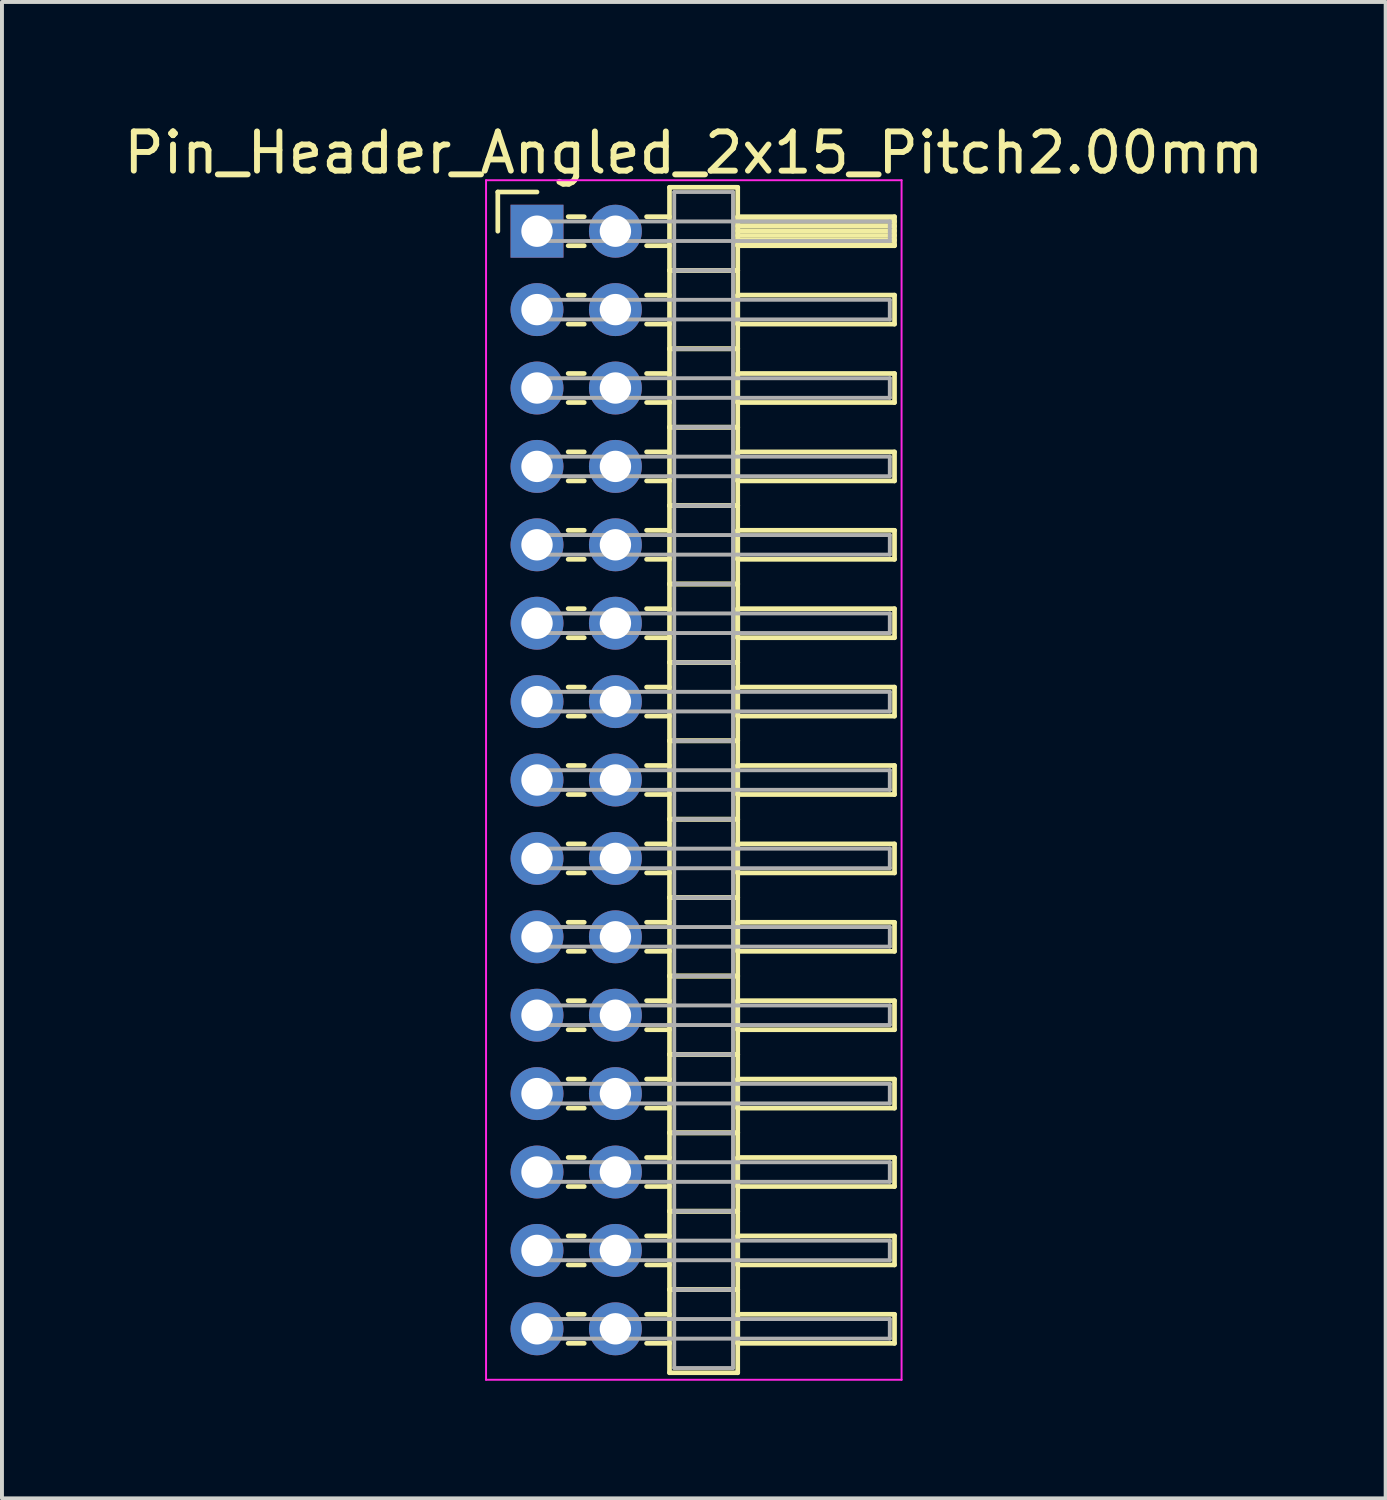
<source format=kicad_pcb>
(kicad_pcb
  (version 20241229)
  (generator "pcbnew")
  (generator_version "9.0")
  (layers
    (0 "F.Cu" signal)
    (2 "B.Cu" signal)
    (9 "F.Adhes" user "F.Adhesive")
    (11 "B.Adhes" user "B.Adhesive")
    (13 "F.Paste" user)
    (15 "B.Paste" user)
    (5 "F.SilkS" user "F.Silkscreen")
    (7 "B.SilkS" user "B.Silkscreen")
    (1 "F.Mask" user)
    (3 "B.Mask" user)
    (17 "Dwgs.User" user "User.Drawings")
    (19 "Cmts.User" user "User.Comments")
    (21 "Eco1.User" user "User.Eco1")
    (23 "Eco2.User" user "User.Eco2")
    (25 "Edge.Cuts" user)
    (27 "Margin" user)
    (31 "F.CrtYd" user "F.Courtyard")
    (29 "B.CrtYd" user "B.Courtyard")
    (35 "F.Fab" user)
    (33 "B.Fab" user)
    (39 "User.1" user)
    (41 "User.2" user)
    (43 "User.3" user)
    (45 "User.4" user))
  (footprint "Pin_Header_Angled_2x15_Pitch2.00mm"
    (layer "F.Cu")
    (at 10.649 2.848)
    (property "Reference" "Pin_Header_Angled_2x15_Pitch2.00mm" (at 4 -2 0) (layer "F.SilkS") (effects (font (size 1 1) (thickness 0.15))))
    (attr through_hole)
    (fp_line (start -1 -1) (end 0 -1) (stroke (width 0.12) (type solid)) (layer "F.SilkS"))
    (fp_line (start -1 0) (end -1 -1) (stroke (width 0.12) (type solid)) (layer "F.SilkS"))
    (fp_line (start 0.795 -0.37) (end 1.205 -0.37) (stroke (width 0.12) (type solid)) (layer "F.SilkS"))
    (fp_line (start 0.795 0.37) (end 1.205 0.37) (stroke (width 0.12) (type solid)) (layer "F.SilkS"))
    (fp_line (start 0.795 1.63) (end 1.205 1.63) (stroke (width 0.12) (type solid)) (layer "F.SilkS"))
    (fp_line (start 0.795 2.37) (end 1.205 2.37) (stroke (width 0.12) (type solid)) (layer "F.SilkS"))
    (fp_line (start 0.795 3.63) (end 1.205 3.63) (stroke (width 0.12) (type solid)) (layer "F.SilkS"))
    (fp_line (start 0.795 4.37) (end 1.205 4.37) (stroke (width 0.12) (type solid)) (layer "F.SilkS"))
    (fp_line (start 0.795 5.63) (end 1.205 5.63) (stroke (width 0.12) (type solid)) (layer "F.SilkS"))
    (fp_line (start 0.795 6.37) (end 1.205 6.37) (stroke (width 0.12) (type solid)) (layer "F.SilkS"))
    (fp_line (start 0.795 7.63) (end 1.205 7.63) (stroke (width 0.12) (type solid)) (layer "F.SilkS"))
    (fp_line (start 0.795 8.37) (end 1.205 8.37) (stroke (width 0.12) (type solid)) (layer "F.SilkS"))
    (fp_line (start 0.795 9.63) (end 1.205 9.63) (stroke (width 0.12) (type solid)) (layer "F.SilkS"))
    (fp_line (start 0.795 10.37) (end 1.205 10.37) (stroke (width 0.12) (type solid)) (layer "F.SilkS"))
    (fp_line (start 0.795 11.63) (end 1.205 11.63) (stroke (width 0.12) (type solid)) (layer "F.SilkS"))
    (fp_line (start 0.795 12.37) (end 1.205 12.37) (stroke (width 0.12) (type solid)) (layer "F.SilkS"))
    (fp_line (start 0.795 13.63) (end 1.205 13.63) (stroke (width 0.12) (type solid)) (layer "F.SilkS"))
    (fp_line (start 0.795 14.37) (end 1.205 14.37) (stroke (width 0.12) (type solid)) (layer "F.SilkS"))
    (fp_line (start 0.795 15.63) (end 1.205 15.63) (stroke (width 0.12) (type solid)) (layer "F.SilkS"))
    (fp_line (start 0.795 16.37) (end 1.205 16.37) (stroke (width 0.12) (type solid)) (layer "F.SilkS"))
    (fp_line (start 0.795 17.63) (end 1.205 17.63) (stroke (width 0.12) (type solid)) (layer "F.SilkS"))
    (fp_line (start 0.795 18.37) (end 1.205 18.37) (stroke (width 0.12) (type solid)) (layer "F.SilkS"))
    (fp_line (start 0.795 19.63) (end 1.205 19.63) (stroke (width 0.12) (type solid)) (layer "F.SilkS"))
    (fp_line (start 0.795 20.37) (end 1.205 20.37) (stroke (width 0.12) (type solid)) (layer "F.SilkS"))
    (fp_line (start 0.795 21.63) (end 1.205 21.63) (stroke (width 0.12) (type solid)) (layer "F.SilkS"))
    (fp_line (start 0.795 22.37) (end 1.205 22.37) (stroke (width 0.12) (type solid)) (layer "F.SilkS"))
    (fp_line (start 0.795 23.63) (end 1.205 23.63) (stroke (width 0.12) (type solid)) (layer "F.SilkS"))
    (fp_line (start 0.795 24.37) (end 1.205 24.37) (stroke (width 0.12) (type solid)) (layer "F.SilkS"))
    (fp_line (start 0.795 25.63) (end 1.205 25.63) (stroke (width 0.12) (type solid)) (layer "F.SilkS"))
    (fp_line (start 0.795 26.37) (end 1.205 26.37) (stroke (width 0.12) (type solid)) (layer "F.SilkS"))
    (fp_line (start 0.795 27.63) (end 1.205 27.63) (stroke (width 0.12) (type solid)) (layer "F.SilkS"))
    (fp_line (start 0.795 28.37) (end 1.205 28.37) (stroke (width 0.12) (type solid)) (layer "F.SilkS"))
    (fp_line (start 2.795 -0.37) (end 3.38 -0.37) (stroke (width 0.12) (type solid)) (layer "F.SilkS"))
    (fp_line (start 2.795 0.37) (end 3.38 0.37) (stroke (width 0.12) (type solid)) (layer "F.SilkS"))
    (fp_line (start 2.795 1.63) (end 3.38 1.63) (stroke (width 0.12) (type solid)) (layer "F.SilkS"))
    (fp_line (start 2.795 2.37) (end 3.38 2.37) (stroke (width 0.12) (type solid)) (layer "F.SilkS"))
    (fp_line (start 2.795 3.63) (end 3.38 3.63) (stroke (width 0.12) (type solid)) (layer "F.SilkS"))
    (fp_line (start 2.795 4.37) (end 3.38 4.37) (stroke (width 0.12) (type solid)) (layer "F.SilkS"))
    (fp_line (start 2.795 5.63) (end 3.38 5.63) (stroke (width 0.12) (type solid)) (layer "F.SilkS"))
    (fp_line (start 2.795 6.37) (end 3.38 6.37) (stroke (width 0.12) (type solid)) (layer "F.SilkS"))
    (fp_line (start 2.795 7.63) (end 3.38 7.63) (stroke (width 0.12) (type solid)) (layer "F.SilkS"))
    (fp_line (start 2.795 8.37) (end 3.38 8.37) (stroke (width 0.12) (type solid)) (layer "F.SilkS"))
    (fp_line (start 2.795 9.63) (end 3.38 9.63) (stroke (width 0.12) (type solid)) (layer "F.SilkS"))
    (fp_line (start 2.795 10.37) (end 3.38 10.37) (stroke (width 0.12) (type solid)) (layer "F.SilkS"))
    (fp_line (start 2.795 11.63) (end 3.38 11.63) (stroke (width 0.12) (type solid)) (layer "F.SilkS"))
    (fp_line (start 2.795 12.37) (end 3.38 12.37) (stroke (width 0.12) (type solid)) (layer "F.SilkS"))
    (fp_line (start 2.795 13.63) (end 3.38 13.63) (stroke (width 0.12) (type solid)) (layer "F.SilkS"))
    (fp_line (start 2.795 14.37) (end 3.38 14.37) (stroke (width 0.12) (type solid)) (layer "F.SilkS"))
    (fp_line (start 2.795 15.63) (end 3.38 15.63) (stroke (width 0.12) (type solid)) (layer "F.SilkS"))
    (fp_line (start 2.795 16.37) (end 3.38 16.37) (stroke (width 0.12) (type solid)) (layer "F.SilkS"))
    (fp_line (start 2.795 17.63) (end 3.38 17.63) (stroke (width 0.12) (type solid)) (layer "F.SilkS"))
    (fp_line (start 2.795 18.37) (end 3.38 18.37) (stroke (width 0.12) (type solid)) (layer "F.SilkS"))
    (fp_line (start 2.795 19.63) (end 3.38 19.63) (stroke (width 0.12) (type solid)) (layer "F.SilkS"))
    (fp_line (start 2.795 20.37) (end 3.38 20.37) (stroke (width 0.12) (type solid)) (layer "F.SilkS"))
    (fp_line (start 2.795 21.63) (end 3.38 21.63) (stroke (width 0.12) (type solid)) (layer "F.SilkS"))
    (fp_line (start 2.795 22.37) (end 3.38 22.37) (stroke (width 0.12) (type solid)) (layer "F.SilkS"))
    (fp_line (start 2.795 23.63) (end 3.38 23.63) (stroke (width 0.12) (type solid)) (layer "F.SilkS"))
    (fp_line (start 2.795 24.37) (end 3.38 24.37) (stroke (width 0.12) (type solid)) (layer "F.SilkS"))
    (fp_line (start 2.795 25.63) (end 3.38 25.63) (stroke (width 0.12) (type solid)) (layer "F.SilkS"))
    (fp_line (start 2.795 26.37) (end 3.38 26.37) (stroke (width 0.12) (type solid)) (layer "F.SilkS"))
    (fp_line (start 2.795 27.63) (end 3.38 27.63) (stroke (width 0.12) (type solid)) (layer "F.SilkS"))
    (fp_line (start 2.795 28.37) (end 3.38 28.37) (stroke (width 0.12) (type solid)) (layer "F.SilkS"))
    (fp_line (start 3.38 -1.12) (end 3.38 1) (stroke (width 0.12) (type solid)) (layer "F.SilkS"))
    (fp_line (start 3.38 1) (end 3.38 3) (stroke (width 0.12) (type solid)) (layer "F.SilkS"))
    (fp_line (start 3.38 1) (end 5.12 1) (stroke (width 0.12) (type solid)) (layer "F.SilkS"))
    (fp_line (start 3.38 3) (end 3.38 5) (stroke (width 0.12) (type solid)) (layer "F.SilkS"))
    (fp_line (start 3.38 3) (end 5.12 3) (stroke (width 0.12) (type solid)) (layer "F.SilkS"))
    (fp_line (start 3.38 5) (end 3.38 7) (stroke (width 0.12) (type solid)) (layer "F.SilkS"))
    (fp_line (start 3.38 5) (end 5.12 5) (stroke (width 0.12) (type solid)) (layer "F.SilkS"))
    (fp_line (start 3.38 7) (end 3.38 9) (stroke (width 0.12) (type solid)) (layer "F.SilkS"))
    (fp_line (start 3.38 7) (end 5.12 7) (stroke (width 0.12) (type solid)) (layer "F.SilkS"))
    (fp_line (start 3.38 9) (end 3.38 11) (stroke (width 0.12) (type solid)) (layer "F.SilkS"))
    (fp_line (start 3.38 9) (end 5.12 9) (stroke (width 0.12) (type solid)) (layer "F.SilkS"))
    (fp_line (start 3.38 11) (end 3.38 13) (stroke (width 0.12) (type solid)) (layer "F.SilkS"))
    (fp_line (start 3.38 11) (end 5.12 11) (stroke (width 0.12) (type solid)) (layer "F.SilkS"))
    (fp_line (start 3.38 13) (end 3.38 15) (stroke (width 0.12) (type solid)) (layer "F.SilkS"))
    (fp_line (start 3.38 13) (end 5.12 13) (stroke (width 0.12) (type solid)) (layer "F.SilkS"))
    (fp_line (start 3.38 15) (end 3.38 17) (stroke (width 0.12) (type solid)) (layer "F.SilkS"))
    (fp_line (start 3.38 15) (end 5.12 15) (stroke (width 0.12) (type solid)) (layer "F.SilkS"))
    (fp_line (start 3.38 17) (end 3.38 19) (stroke (width 0.12) (type solid)) (layer "F.SilkS"))
    (fp_line (start 3.38 17) (end 5.12 17) (stroke (width 0.12) (type solid)) (layer "F.SilkS"))
    (fp_line (start 3.38 19) (end 3.38 21) (stroke (width 0.12) (type solid)) (layer "F.SilkS"))
    (fp_line (start 3.38 19) (end 5.12 19) (stroke (width 0.12) (type solid)) (layer "F.SilkS"))
    (fp_line (start 3.38 21) (end 3.38 23) (stroke (width 0.12) (type solid)) (layer "F.SilkS"))
    (fp_line (start 3.38 21) (end 5.12 21) (stroke (width 0.12) (type solid)) (layer "F.SilkS"))
    (fp_line (start 3.38 23) (end 3.38 25) (stroke (width 0.12) (type solid)) (layer "F.SilkS"))
    (fp_line (start 3.38 23) (end 5.12 23) (stroke (width 0.12) (type solid)) (layer "F.SilkS"))
    (fp_line (start 3.38 25) (end 3.38 27) (stroke (width 0.12) (type solid)) (layer "F.SilkS"))
    (fp_line (start 3.38 25) (end 5.12 25) (stroke (width 0.12) (type solid)) (layer "F.SilkS"))
    (fp_line (start 3.38 27) (end 3.38 29.12) (stroke (width 0.12) (type solid)) (layer "F.SilkS"))
    (fp_line (start 3.38 27) (end 5.12 27) (stroke (width 0.12) (type solid)) (layer "F.SilkS"))
    (fp_line (start 3.38 29.12) (end 5.12 29.12) (stroke (width 0.12) (type solid)) (layer "F.SilkS"))
    (fp_line (start 5.12 -1.12) (end 3.38 -1.12) (stroke (width 0.12) (type solid)) (layer "F.SilkS"))
    (fp_line (start 5.12 -0.37) (end 5.12 0.37) (stroke (width 0.12) (type solid)) (layer "F.SilkS"))
    (fp_line (start 5.12 -0.25) (end 9.12 -0.25) (stroke (width 0.12) (type solid)) (layer "F.SilkS"))
    (fp_line (start 5.12 -0.13) (end 9.12 -0.13) (stroke (width 0.12) (type solid)) (layer "F.SilkS"))
    (fp_line (start 5.12 -0.01) (end 9.12 -0.01) (stroke (width 0.12) (type solid)) (layer "F.SilkS"))
    (fp_line (start 5.12 0.11) (end 9.12 0.11) (stroke (width 0.12) (type solid)) (layer "F.SilkS"))
    (fp_line (start 5.12 0.23) (end 9.12 0.23) (stroke (width 0.12) (type solid)) (layer "F.SilkS"))
    (fp_line (start 5.12 0.35) (end 9.12 0.35) (stroke (width 0.12) (type solid)) (layer "F.SilkS"))
    (fp_line (start 5.12 0.37) (end 9.12 0.37) (stroke (width 0.12) (type solid)) (layer "F.SilkS"))
    (fp_line (start 5.12 1) (end 3.38 1) (stroke (width 0.12) (type solid)) (layer "F.SilkS"))
    (fp_line (start 5.12 1) (end 5.12 -1.12) (stroke (width 0.12) (type solid)) (layer "F.SilkS"))
    (fp_line (start 5.12 1.63) (end 5.12 2.37) (stroke (width 0.12) (type solid)) (layer "F.SilkS"))
    (fp_line (start 5.12 2.37) (end 9.12 2.37) (stroke (width 0.12) (type solid)) (layer "F.SilkS"))
    (fp_line (start 5.12 3) (end 3.38 3) (stroke (width 0.12) (type solid)) (layer "F.SilkS"))
    (fp_line (start 5.12 3) (end 5.12 1) (stroke (width 0.12) (type solid)) (layer "F.SilkS"))
    (fp_line (start 5.12 3.63) (end 5.12 4.37) (stroke (width 0.12) (type solid)) (layer "F.SilkS"))
    (fp_line (start 5.12 4.37) (end 9.12 4.37) (stroke (width 0.12) (type solid)) (layer "F.SilkS"))
    (fp_line (start 5.12 5) (end 3.38 5) (stroke (width 0.12) (type solid)) (layer "F.SilkS"))
    (fp_line (start 5.12 5) (end 5.12 3) (stroke (width 0.12) (type solid)) (layer "F.SilkS"))
    (fp_line (start 5.12 5.63) (end 5.12 6.37) (stroke (width 0.12) (type solid)) (layer "F.SilkS"))
    (fp_line (start 5.12 6.37) (end 9.12 6.37) (stroke (width 0.12) (type solid)) (layer "F.SilkS"))
    (fp_line (start 5.12 7) (end 3.38 7) (stroke (width 0.12) (type solid)) (layer "F.SilkS"))
    (fp_line (start 5.12 7) (end 5.12 5) (stroke (width 0.12) (type solid)) (layer "F.SilkS"))
    (fp_line (start 5.12 7.63) (end 5.12 8.37) (stroke (width 0.12) (type solid)) (layer "F.SilkS"))
    (fp_line (start 5.12 8.37) (end 9.12 8.37) (stroke (width 0.12) (type solid)) (layer "F.SilkS"))
    (fp_line (start 5.12 9) (end 3.38 9) (stroke (width 0.12) (type solid)) (layer "F.SilkS"))
    (fp_line (start 5.12 9) (end 5.12 7) (stroke (width 0.12) (type solid)) (layer "F.SilkS"))
    (fp_line (start 5.12 9.63) (end 5.12 10.37) (stroke (width 0.12) (type solid)) (layer "F.SilkS"))
    (fp_line (start 5.12 10.37) (end 9.12 10.37) (stroke (width 0.12) (type solid)) (layer "F.SilkS"))
    (fp_line (start 5.12 11) (end 3.38 11) (stroke (width 0.12) (type solid)) (layer "F.SilkS"))
    (fp_line (start 5.12 11) (end 5.12 9) (stroke (width 0.12) (type solid)) (layer "F.SilkS"))
    (fp_line (start 5.12 11.63) (end 5.12 12.37) (stroke (width 0.12) (type solid)) (layer "F.SilkS"))
    (fp_line (start 5.12 12.37) (end 9.12 12.37) (stroke (width 0.12) (type solid)) (layer "F.SilkS"))
    (fp_line (start 5.12 13) (end 3.38 13) (stroke (width 0.12) (type solid)) (layer "F.SilkS"))
    (fp_line (start 5.12 13) (end 5.12 11) (stroke (width 0.12) (type solid)) (layer "F.SilkS"))
    (fp_line (start 5.12 13.63) (end 5.12 14.37) (stroke (width 0.12) (type solid)) (layer "F.SilkS"))
    (fp_line (start 5.12 14.37) (end 9.12 14.37) (stroke (width 0.12) (type solid)) (layer "F.SilkS"))
    (fp_line (start 5.12 15) (end 3.38 15) (stroke (width 0.12) (type solid)) (layer "F.SilkS"))
    (fp_line (start 5.12 15) (end 5.12 13) (stroke (width 0.12) (type solid)) (layer "F.SilkS"))
    (fp_line (start 5.12 15.63) (end 5.12 16.37) (stroke (width 0.12) (type solid)) (layer "F.SilkS"))
    (fp_line (start 5.12 16.37) (end 9.12 16.37) (stroke (width 0.12) (type solid)) (layer "F.SilkS"))
    (fp_line (start 5.12 17) (end 3.38 17) (stroke (width 0.12) (type solid)) (layer "F.SilkS"))
    (fp_line (start 5.12 17) (end 5.12 15) (stroke (width 0.12) (type solid)) (layer "F.SilkS"))
    (fp_line (start 5.12 17.63) (end 5.12 18.37) (stroke (width 0.12) (type solid)) (layer "F.SilkS"))
    (fp_line (start 5.12 18.37) (end 9.12 18.37) (stroke (width 0.12) (type solid)) (layer "F.SilkS"))
    (fp_line (start 5.12 19) (end 3.38 19) (stroke (width 0.12) (type solid)) (layer "F.SilkS"))
    (fp_line (start 5.12 19) (end 5.12 17) (stroke (width 0.12) (type solid)) (layer "F.SilkS"))
    (fp_line (start 5.12 19.63) (end 5.12 20.37) (stroke (width 0.12) (type solid)) (layer "F.SilkS"))
    (fp_line (start 5.12 20.37) (end 9.12 20.37) (stroke (width 0.12) (type solid)) (layer "F.SilkS"))
    (fp_line (start 5.12 21) (end 3.38 21) (stroke (width 0.12) (type solid)) (layer "F.SilkS"))
    (fp_line (start 5.12 21) (end 5.12 19) (stroke (width 0.12) (type solid)) (layer "F.SilkS"))
    (fp_line (start 5.12 21.63) (end 5.12 22.37) (stroke (width 0.12) (type solid)) (layer "F.SilkS"))
    (fp_line (start 5.12 22.37) (end 9.12 22.37) (stroke (width 0.12) (type solid)) (layer "F.SilkS"))
    (fp_line (start 5.12 23) (end 3.38 23) (stroke (width 0.12) (type solid)) (layer "F.SilkS"))
    (fp_line (start 5.12 23) (end 5.12 21) (stroke (width 0.12) (type solid)) (layer "F.SilkS"))
    (fp_line (start 5.12 23.63) (end 5.12 24.37) (stroke (width 0.12) (type solid)) (layer "F.SilkS"))
    (fp_line (start 5.12 24.37) (end 9.12 24.37) (stroke (width 0.12) (type solid)) (layer "F.SilkS"))
    (fp_line (start 5.12 25) (end 3.38 25) (stroke (width 0.12) (type solid)) (layer "F.SilkS"))
    (fp_line (start 5.12 25) (end 5.12 23) (stroke (width 0.12) (type solid)) (layer "F.SilkS"))
    (fp_line (start 5.12 25.63) (end 5.12 26.37) (stroke (width 0.12) (type solid)) (layer "F.SilkS"))
    (fp_line (start 5.12 26.37) (end 9.12 26.37) (stroke (width 0.12) (type solid)) (layer "F.SilkS"))
    (fp_line (start 5.12 27) (end 3.38 27) (stroke (width 0.12) (type solid)) (layer "F.SilkS"))
    (fp_line (start 5.12 27) (end 5.12 25) (stroke (width 0.12) (type solid)) (layer "F.SilkS"))
    (fp_line (start 5.12 27.63) (end 5.12 28.37) (stroke (width 0.12) (type solid)) (layer "F.SilkS"))
    (fp_line (start 5.12 28.37) (end 9.12 28.37) (stroke (width 0.12) (type solid)) (layer "F.SilkS"))
    (fp_line (start 5.12 29.12) (end 5.12 27) (stroke (width 0.12) (type solid)) (layer "F.SilkS"))
    (fp_line (start 9.12 -0.37) (end 5.12 -0.37) (stroke (width 0.12) (type solid)) (layer "F.SilkS"))
    (fp_line (start 9.12 0.37) (end 9.12 -0.37) (stroke (width 0.12) (type solid)) (layer "F.SilkS"))
    (fp_line (start 9.12 1.63) (end 5.12 1.63) (stroke (width 0.12) (type solid)) (layer "F.SilkS"))
    (fp_line (start 9.12 2.37) (end 9.12 1.63) (stroke (width 0.12) (type solid)) (layer "F.SilkS"))
    (fp_line (start 9.12 3.63) (end 5.12 3.63) (stroke (width 0.12) (type solid)) (layer "F.SilkS"))
    (fp_line (start 9.12 4.37) (end 9.12 3.63) (stroke (width 0.12) (type solid)) (layer "F.SilkS"))
    (fp_line (start 9.12 5.63) (end 5.12 5.63) (stroke (width 0.12) (type solid)) (layer "F.SilkS"))
    (fp_line (start 9.12 6.37) (end 9.12 5.63) (stroke (width 0.12) (type solid)) (layer "F.SilkS"))
    (fp_line (start 9.12 7.63) (end 5.12 7.63) (stroke (width 0.12) (type solid)) (layer "F.SilkS"))
    (fp_line (start 9.12 8.37) (end 9.12 7.63) (stroke (width 0.12) (type solid)) (layer "F.SilkS"))
    (fp_line (start 9.12 9.63) (end 5.12 9.63) (stroke (width 0.12) (type solid)) (layer "F.SilkS"))
    (fp_line (start 9.12 10.37) (end 9.12 9.63) (stroke (width 0.12) (type solid)) (layer "F.SilkS"))
    (fp_line (start 9.12 11.63) (end 5.12 11.63) (stroke (width 0.12) (type solid)) (layer "F.SilkS"))
    (fp_line (start 9.12 12.37) (end 9.12 11.63) (stroke (width 0.12) (type solid)) (layer "F.SilkS"))
    (fp_line (start 9.12 13.63) (end 5.12 13.63) (stroke (width 0.12) (type solid)) (layer "F.SilkS"))
    (fp_line (start 9.12 14.37) (end 9.12 13.63) (stroke (width 0.12) (type solid)) (layer "F.SilkS"))
    (fp_line (start 9.12 15.63) (end 5.12 15.63) (stroke (width 0.12) (type solid)) (layer "F.SilkS"))
    (fp_line (start 9.12 16.37) (end 9.12 15.63) (stroke (width 0.12) (type solid)) (layer "F.SilkS"))
    (fp_line (start 9.12 17.63) (end 5.12 17.63) (stroke (width 0.12) (type solid)) (layer "F.SilkS"))
    (fp_line (start 9.12 18.37) (end 9.12 17.63) (stroke (width 0.12) (type solid)) (layer "F.SilkS"))
    (fp_line (start 9.12 19.63) (end 5.12 19.63) (stroke (width 0.12) (type solid)) (layer "F.SilkS"))
    (fp_line (start 9.12 20.37) (end 9.12 19.63) (stroke (width 0.12) (type solid)) (layer "F.SilkS"))
    (fp_line (start 9.12 21.63) (end 5.12 21.63) (stroke (width 0.12) (type solid)) (layer "F.SilkS"))
    (fp_line (start 9.12 22.37) (end 9.12 21.63) (stroke (width 0.12) (type solid)) (layer "F.SilkS"))
    (fp_line (start 9.12 23.63) (end 5.12 23.63) (stroke (width 0.12) (type solid)) (layer "F.SilkS"))
    (fp_line (start 9.12 24.37) (end 9.12 23.63) (stroke (width 0.12) (type solid)) (layer "F.SilkS"))
    (fp_line (start 9.12 25.63) (end 5.12 25.63) (stroke (width 0.12) (type solid)) (layer "F.SilkS"))
    (fp_line (start 9.12 26.37) (end 9.12 25.63) (stroke (width 0.12) (type solid)) (layer "F.SilkS"))
    (fp_line (start 9.12 27.63) (end 5.12 27.63) (stroke (width 0.12) (type solid)) (layer "F.SilkS"))
    (fp_line (start 9.12 28.37) (end 9.12 27.63) (stroke (width 0.12) (type solid)) (layer "F.SilkS"))
    (fp_line (start -1.3 -1.3) (end -1.3 29.3) (stroke (width 0.05) (type solid)) (layer "F.CrtYd"))
    (fp_line (start -1.3 29.3) (end 9.3 29.3) (stroke (width 0.05) (type solid)) (layer "F.CrtYd"))
    (fp_line (start 9.3 -1.3) (end -1.3 -1.3) (stroke (width 0.05) (type solid)) (layer "F.CrtYd"))
    (fp_line (start 9.3 29.3) (end 9.3 -1.3) (stroke (width 0.05) (type solid)) (layer "F.CrtYd"))
    (fp_line (start 0 -0.25) (end 0 0.25) (stroke (width 0.1) (type solid)) (layer "F.Fab"))
    (fp_line (start 0 0.25) (end 9 0.25) (stroke (width 0.1) (type solid)) (layer "F.Fab"))
    (fp_line (start 0 1.75) (end 0 2.25) (stroke (width 0.1) (type solid)) (layer "F.Fab"))
    (fp_line (start 0 2.25) (end 9 2.25) (stroke (width 0.1) (type solid)) (layer "F.Fab"))
    (fp_line (start 0 3.75) (end 0 4.25) (stroke (width 0.1) (type solid)) (layer "F.Fab"))
    (fp_line (start 0 4.25) (end 9 4.25) (stroke (width 0.1) (type solid)) (layer "F.Fab"))
    (fp_line (start 0 5.75) (end 0 6.25) (stroke (width 0.1) (type solid)) (layer "F.Fab"))
    (fp_line (start 0 6.25) (end 9 6.25) (stroke (width 0.1) (type solid)) (layer "F.Fab"))
    (fp_line (start 0 7.75) (end 0 8.25) (stroke (width 0.1) (type solid)) (layer "F.Fab"))
    (fp_line (start 0 8.25) (end 9 8.25) (stroke (width 0.1) (type solid)) (layer "F.Fab"))
    (fp_line (start 0 9.75) (end 0 10.25) (stroke (width 0.1) (type solid)) (layer "F.Fab"))
    (fp_line (start 0 10.25) (end 9 10.25) (stroke (width 0.1) (type solid)) (layer "F.Fab"))
    (fp_line (start 0 11.75) (end 0 12.25) (stroke (width 0.1) (type solid)) (layer "F.Fab"))
    (fp_line (start 0 12.25) (end 9 12.25) (stroke (width 0.1) (type solid)) (layer "F.Fab"))
    (fp_line (start 0 13.75) (end 0 14.25) (stroke (width 0.1) (type solid)) (layer "F.Fab"))
    (fp_line (start 0 14.25) (end 9 14.25) (stroke (width 0.1) (type solid)) (layer "F.Fab"))
    (fp_line (start 0 15.75) (end 0 16.25) (stroke (width 0.1) (type solid)) (layer "F.Fab"))
    (fp_line (start 0 16.25) (end 9 16.25) (stroke (width 0.1) (type solid)) (layer "F.Fab"))
    (fp_line (start 0 17.75) (end 0 18.25) (stroke (width 0.1) (type solid)) (layer "F.Fab"))
    (fp_line (start 0 18.25) (end 9 18.25) (stroke (width 0.1) (type solid)) (layer "F.Fab"))
    (fp_line (start 0 19.75) (end 0 20.25) (stroke (width 0.1) (type solid)) (layer "F.Fab"))
    (fp_line (start 0 20.25) (end 9 20.25) (stroke (width 0.1) (type solid)) (layer "F.Fab"))
    (fp_line (start 0 21.75) (end 0 22.25) (stroke (width 0.1) (type solid)) (layer "F.Fab"))
    (fp_line (start 0 22.25) (end 9 22.25) (stroke (width 0.1) (type solid)) (layer "F.Fab"))
    (fp_line (start 0 23.75) (end 0 24.25) (stroke (width 0.1) (type solid)) (layer "F.Fab"))
    (fp_line (start 0 24.25) (end 9 24.25) (stroke (width 0.1) (type solid)) (layer "F.Fab"))
    (fp_line (start 0 25.75) (end 0 26.25) (stroke (width 0.1) (type solid)) (layer "F.Fab"))
    (fp_line (start 0 26.25) (end 9 26.25) (stroke (width 0.1) (type solid)) (layer "F.Fab"))
    (fp_line (start 0 27.75) (end 0 28.25) (stroke (width 0.1) (type solid)) (layer "F.Fab"))
    (fp_line (start 0 28.25) (end 9 28.25) (stroke (width 0.1) (type solid)) (layer "F.Fab"))
    (fp_line (start 3.5 -1) (end 3.5 1) (stroke (width 0.1) (type solid)) (layer "F.Fab"))
    (fp_line (start 3.5 1) (end 3.5 3) (stroke (width 0.1) (type solid)) (layer "F.Fab"))
    (fp_line (start 3.5 1) (end 5 1) (stroke (width 0.1) (type solid)) (layer "F.Fab"))
    (fp_line (start 3.5 3) (end 3.5 5) (stroke (width 0.1) (type solid)) (layer "F.Fab"))
    (fp_line (start 3.5 3) (end 5 3) (stroke (width 0.1) (type solid)) (layer "F.Fab"))
    (fp_line (start 3.5 5) (end 3.5 7) (stroke (width 0.1) (type solid)) (layer "F.Fab"))
    (fp_line (start 3.5 5) (end 5 5) (stroke (width 0.1) (type solid)) (layer "F.Fab"))
    (fp_line (start 3.5 7) (end 3.5 9) (stroke (width 0.1) (type solid)) (layer "F.Fab"))
    (fp_line (start 3.5 7) (end 5 7) (stroke (width 0.1) (type solid)) (layer "F.Fab"))
    (fp_line (start 3.5 9) (end 3.5 11) (stroke (width 0.1) (type solid)) (layer "F.Fab"))
    (fp_line (start 3.5 9) (end 5 9) (stroke (width 0.1) (type solid)) (layer "F.Fab"))
    (fp_line (start 3.5 11) (end 3.5 13) (stroke (width 0.1) (type solid)) (layer "F.Fab"))
    (fp_line (start 3.5 11) (end 5 11) (stroke (width 0.1) (type solid)) (layer "F.Fab"))
    (fp_line (start 3.5 13) (end 3.5 15) (stroke (width 0.1) (type solid)) (layer "F.Fab"))
    (fp_line (start 3.5 13) (end 5 13) (stroke (width 0.1) (type solid)) (layer "F.Fab"))
    (fp_line (start 3.5 15) (end 3.5 17) (stroke (width 0.1) (type solid)) (layer "F.Fab"))
    (fp_line (start 3.5 15) (end 5 15) (stroke (width 0.1) (type solid)) (layer "F.Fab"))
    (fp_line (start 3.5 17) (end 3.5 19) (stroke (width 0.1) (type solid)) (layer "F.Fab"))
    (fp_line (start 3.5 17) (end 5 17) (stroke (width 0.1) (type solid)) (layer "F.Fab"))
    (fp_line (start 3.5 19) (end 3.5 21) (stroke (width 0.1) (type solid)) (layer "F.Fab"))
    (fp_line (start 3.5 19) (end 5 19) (stroke (width 0.1) (type solid)) (layer "F.Fab"))
    (fp_line (start 3.5 21) (end 3.5 23) (stroke (width 0.1) (type solid)) (layer "F.Fab"))
    (fp_line (start 3.5 21) (end 5 21) (stroke (width 0.1) (type solid)) (layer "F.Fab"))
    (fp_line (start 3.5 23) (end 3.5 25) (stroke (width 0.1) (type solid)) (layer "F.Fab"))
    (fp_line (start 3.5 23) (end 5 23) (stroke (width 0.1) (type solid)) (layer "F.Fab"))
    (fp_line (start 3.5 25) (end 3.5 27) (stroke (width 0.1) (type solid)) (layer "F.Fab"))
    (fp_line (start 3.5 25) (end 5 25) (stroke (width 0.1) (type solid)) (layer "F.Fab"))
    (fp_line (start 3.5 27) (end 3.5 29) (stroke (width 0.1) (type solid)) (layer "F.Fab"))
    (fp_line (start 3.5 27) (end 5 27) (stroke (width 0.1) (type solid)) (layer "F.Fab"))
    (fp_line (start 3.5 29) (end 5 29) (stroke (width 0.1) (type solid)) (layer "F.Fab"))
    (fp_line (start 5 -1) (end 3.5 -1) (stroke (width 0.1) (type solid)) (layer "F.Fab"))
    (fp_line (start 5 1) (end 3.5 1) (stroke (width 0.1) (type solid)) (layer "F.Fab"))
    (fp_line (start 5 1) (end 5 -1) (stroke (width 0.1) (type solid)) (layer "F.Fab"))
    (fp_line (start 5 3) (end 3.5 3) (stroke (width 0.1) (type solid)) (layer "F.Fab"))
    (fp_line (start 5 3) (end 5 1) (stroke (width 0.1) (type solid)) (layer "F.Fab"))
    (fp_line (start 5 5) (end 3.5 5) (stroke (width 0.1) (type solid)) (layer "F.Fab"))
    (fp_line (start 5 5) (end 5 3) (stroke (width 0.1) (type solid)) (layer "F.Fab"))
    (fp_line (start 5 7) (end 3.5 7) (stroke (width 0.1) (type solid)) (layer "F.Fab"))
    (fp_line (start 5 7) (end 5 5) (stroke (width 0.1) (type solid)) (layer "F.Fab"))
    (fp_line (start 5 9) (end 3.5 9) (stroke (width 0.1) (type solid)) (layer "F.Fab"))
    (fp_line (start 5 9) (end 5 7) (stroke (width 0.1) (type solid)) (layer "F.Fab"))
    (fp_line (start 5 11) (end 3.5 11) (stroke (width 0.1) (type solid)) (layer "F.Fab"))
    (fp_line (start 5 11) (end 5 9) (stroke (width 0.1) (type solid)) (layer "F.Fab"))
    (fp_line (start 5 13) (end 3.5 13) (stroke (width 0.1) (type solid)) (layer "F.Fab"))
    (fp_line (start 5 13) (end 5 11) (stroke (width 0.1) (type solid)) (layer "F.Fab"))
    (fp_line (start 5 15) (end 3.5 15) (stroke (width 0.1) (type solid)) (layer "F.Fab"))
    (fp_line (start 5 15) (end 5 13) (stroke (width 0.1) (type solid)) (layer "F.Fab"))
    (fp_line (start 5 17) (end 3.5 17) (stroke (width 0.1) (type solid)) (layer "F.Fab"))
    (fp_line (start 5 17) (end 5 15) (stroke (width 0.1) (type solid)) (layer "F.Fab"))
    (fp_line (start 5 19) (end 3.5 19) (stroke (width 0.1) (type solid)) (layer "F.Fab"))
    (fp_line (start 5 19) (end 5 17) (stroke (width 0.1) (type solid)) (layer "F.Fab"))
    (fp_line (start 5 21) (end 3.5 21) (stroke (width 0.1) (type solid)) (layer "F.Fab"))
    (fp_line (start 5 21) (end 5 19) (stroke (width 0.1) (type solid)) (layer "F.Fab"))
    (fp_line (start 5 23) (end 3.5 23) (stroke (width 0.1) (type solid)) (layer "F.Fab"))
    (fp_line (start 5 23) (end 5 21) (stroke (width 0.1) (type solid)) (layer "F.Fab"))
    (fp_line (start 5 25) (end 3.5 25) (stroke (width 0.1) (type solid)) (layer "F.Fab"))
    (fp_line (start 5 25) (end 5 23) (stroke (width 0.1) (type solid)) (layer "F.Fab"))
    (fp_line (start 5 27) (end 3.5 27) (stroke (width 0.1) (type solid)) (layer "F.Fab"))
    (fp_line (start 5 27) (end 5 25) (stroke (width 0.1) (type solid)) (layer "F.Fab"))
    (fp_line (start 5 29) (end 5 27) (stroke (width 0.1) (type solid)) (layer "F.Fab"))
    (fp_line (start 9 -0.25) (end 0 -0.25) (stroke (width 0.1) (type solid)) (layer "F.Fab"))
    (fp_line (start 9 0.25) (end 9 -0.25) (stroke (width 0.1) (type solid)) (layer "F.Fab"))
    (fp_line (start 9 1.75) (end 0 1.75) (stroke (width 0.1) (type solid)) (layer "F.Fab"))
    (fp_line (start 9 2.25) (end 9 1.75) (stroke (width 0.1) (type solid)) (layer "F.Fab"))
    (fp_line (start 9 3.75) (end 0 3.75) (stroke (width 0.1) (type solid)) (layer "F.Fab"))
    (fp_line (start 9 4.25) (end 9 3.75) (stroke (width 0.1) (type solid)) (layer "F.Fab"))
    (fp_line (start 9 5.75) (end 0 5.75) (stroke (width 0.1) (type solid)) (layer "F.Fab"))
    (fp_line (start 9 6.25) (end 9 5.75) (stroke (width 0.1) (type solid)) (layer "F.Fab"))
    (fp_line (start 9 7.75) (end 0 7.75) (stroke (width 0.1) (type solid)) (layer "F.Fab"))
    (fp_line (start 9 8.25) (end 9 7.75) (stroke (width 0.1) (type solid)) (layer "F.Fab"))
    (fp_line (start 9 9.75) (end 0 9.75) (stroke (width 0.1) (type solid)) (layer "F.Fab"))
    (fp_line (start 9 10.25) (end 9 9.75) (stroke (width 0.1) (type solid)) (layer "F.Fab"))
    (fp_line (start 9 11.75) (end 0 11.75) (stroke (width 0.1) (type solid)) (layer "F.Fab"))
    (fp_line (start 9 12.25) (end 9 11.75) (stroke (width 0.1) (type solid)) (layer "F.Fab"))
    (fp_line (start 9 13.75) (end 0 13.75) (stroke (width 0.1) (type solid)) (layer "F.Fab"))
    (fp_line (start 9 14.25) (end 9 13.75) (stroke (width 0.1) (type solid)) (layer "F.Fab"))
    (fp_line (start 9 15.75) (end 0 15.75) (stroke (width 0.1) (type solid)) (layer "F.Fab"))
    (fp_line (start 9 16.25) (end 9 15.75) (stroke (width 0.1) (type solid)) (layer "F.Fab"))
    (fp_line (start 9 17.75) (end 0 17.75) (stroke (width 0.1) (type solid)) (layer "F.Fab"))
    (fp_line (start 9 18.25) (end 9 17.75) (stroke (width 0.1) (type solid)) (layer "F.Fab"))
    (fp_line (start 9 19.75) (end 0 19.75) (stroke (width 0.1) (type solid)) (layer "F.Fab"))
    (fp_line (start 9 20.25) (end 9 19.75) (stroke (width 0.1) (type solid)) (layer "F.Fab"))
    (fp_line (start 9 21.75) (end 0 21.75) (stroke (width 0.1) (type solid)) (layer "F.Fab"))
    (fp_line (start 9 22.25) (end 9 21.75) (stroke (width 0.1) (type solid)) (layer "F.Fab"))
    (fp_line (start 9 23.75) (end 0 23.75) (stroke (width 0.1) (type solid)) (layer "F.Fab"))
    (fp_line (start 9 24.25) (end 9 23.75) (stroke (width 0.1) (type solid)) (layer "F.Fab"))
    (fp_line (start 9 25.75) (end 0 25.75) (stroke (width 0.1) (type solid)) (layer "F.Fab"))
    (fp_line (start 9 26.25) (end 9 25.75) (stroke (width 0.1) (type solid)) (layer "F.Fab"))
    (fp_line (start 9 27.75) (end 0 27.75) (stroke (width 0.1) (type solid)) (layer "F.Fab"))
    (fp_line (start 9 28.25) (end 9 27.75) (stroke (width 0.1) (type solid)) (layer "F.Fab"))
    (pad "1" thru_hole rect (at 0 0) (size 1.35 1.35) (drill 0.8) (layers "*.Cu" "*.Mask"))
    (pad "2" thru_hole oval (at 2 0) (size 1.35 1.35) (drill 0.8) (layers "*.Cu" "*.Mask"))
    (pad "3" thru_hole oval (at 0 2) (size 1.35 1.35) (drill 0.8) (layers "*.Cu" "*.Mask"))
    (pad "4" thru_hole oval (at 2 2) (size 1.35 1.35) (drill 0.8) (layers "*.Cu" "*.Mask"))
    (pad "5" thru_hole oval (at 0 4) (size 1.35 1.35) (drill 0.8) (layers "*.Cu" "*.Mask"))
    (pad "6" thru_hole oval (at 2 4) (size 1.35 1.35) (drill 0.8) (layers "*.Cu" "*.Mask"))
    (pad "7" thru_hole oval (at 0 6) (size 1.35 1.35) (drill 0.8) (layers "*.Cu" "*.Mask"))
    (pad "8" thru_hole oval (at 2 6) (size 1.35 1.35) (drill 0.8) (layers "*.Cu" "*.Mask"))
    (pad "9" thru_hole oval (at 0 8) (size 1.35 1.35) (drill 0.8) (layers "*.Cu" "*.Mask"))
    (pad "10" thru_hole oval (at 2 8) (size 1.35 1.35) (drill 0.8) (layers "*.Cu" "*.Mask"))
    (pad "11" thru_hole oval (at 0 10) (size 1.35 1.35) (drill 0.8) (layers "*.Cu" "*.Mask"))
    (pad "12" thru_hole oval (at 2 10) (size 1.35 1.35) (drill 0.8) (layers "*.Cu" "*.Mask"))
    (pad "13" thru_hole oval (at 0 12) (size 1.35 1.35) (drill 0.8) (layers "*.Cu" "*.Mask"))
    (pad "14" thru_hole oval (at 2 12) (size 1.35 1.35) (drill 0.8) (layers "*.Cu" "*.Mask"))
    (pad "15" thru_hole oval (at 0 14) (size 1.35 1.35) (drill 0.8) (layers "*.Cu" "*.Mask"))
    (pad "16" thru_hole oval (at 2 14) (size 1.35 1.35) (drill 0.8) (layers "*.Cu" "*.Mask"))
    (pad "17" thru_hole oval (at 0 16) (size 1.35 1.35) (drill 0.8) (layers "*.Cu" "*.Mask"))
    (pad "18" thru_hole oval (at 2 16) (size 1.35 1.35) (drill 0.8) (layers "*.Cu" "*.Mask"))
    (pad "19" thru_hole oval (at 0 18) (size 1.35 1.35) (drill 0.8) (layers "*.Cu" "*.Mask"))
    (pad "20" thru_hole oval (at 2 18) (size 1.35 1.35) (drill 0.8) (layers "*.Cu" "*.Mask"))
    (pad "21" thru_hole oval (at 0 20) (size 1.35 1.35) (drill 0.8) (layers "*.Cu" "*.Mask"))
    (pad "22" thru_hole oval (at 2 20) (size 1.35 1.35) (drill 0.8) (layers "*.Cu" "*.Mask"))
    (pad "23" thru_hole oval (at 0 22) (size 1.35 1.35) (drill 0.8) (layers "*.Cu" "*.Mask"))
    (pad "24" thru_hole oval (at 2 22) (size 1.35 1.35) (drill 0.8) (layers "*.Cu" "*.Mask"))
    (pad "25" thru_hole oval (at 0 24) (size 1.35 1.35) (drill 0.8) (layers "*.Cu" "*.Mask"))
    (pad "26" thru_hole oval (at 2 24) (size 1.35 1.35) (drill 0.8) (layers "*.Cu" "*.Mask"))
    (pad "27" thru_hole oval (at 0 26) (size 1.35 1.35) (drill 0.8) (layers "*.Cu" "*.Mask"))
    (pad "28" thru_hole oval (at 2 26) (size 1.35 1.35) (drill 0.8) (layers "*.Cu" "*.Mask"))
    (pad "29" thru_hole oval (at 0 28) (size 1.35 1.35) (drill 0.8) (layers "*.Cu" "*.Mask"))
    (pad "30" thru_hole oval (at 2 28) (size 1.35 1.35) (drill 0.8) (layers "*.Cu" "*.Mask")))
  (gr_rect
    (start -3 -3)
    (end 32.298 35.173)
    (stroke (width 0.1) (type default))
    (fill no)
    (layer "Edge.Cuts")))
</source>
